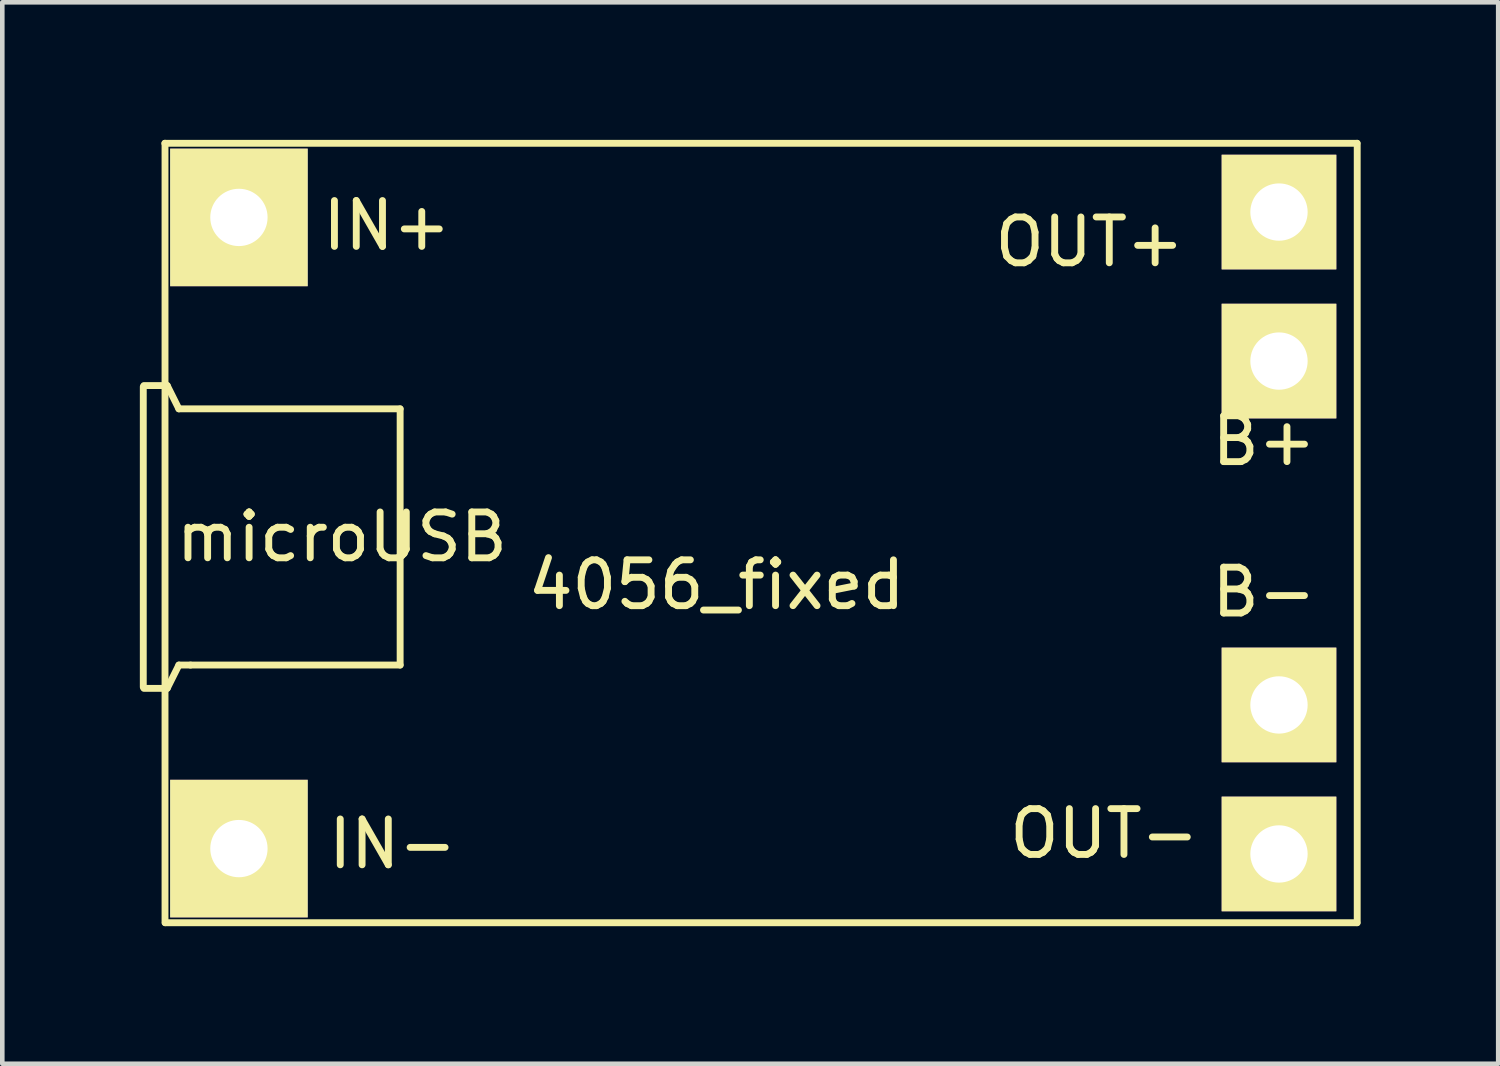
<source format=kicad_pcb>
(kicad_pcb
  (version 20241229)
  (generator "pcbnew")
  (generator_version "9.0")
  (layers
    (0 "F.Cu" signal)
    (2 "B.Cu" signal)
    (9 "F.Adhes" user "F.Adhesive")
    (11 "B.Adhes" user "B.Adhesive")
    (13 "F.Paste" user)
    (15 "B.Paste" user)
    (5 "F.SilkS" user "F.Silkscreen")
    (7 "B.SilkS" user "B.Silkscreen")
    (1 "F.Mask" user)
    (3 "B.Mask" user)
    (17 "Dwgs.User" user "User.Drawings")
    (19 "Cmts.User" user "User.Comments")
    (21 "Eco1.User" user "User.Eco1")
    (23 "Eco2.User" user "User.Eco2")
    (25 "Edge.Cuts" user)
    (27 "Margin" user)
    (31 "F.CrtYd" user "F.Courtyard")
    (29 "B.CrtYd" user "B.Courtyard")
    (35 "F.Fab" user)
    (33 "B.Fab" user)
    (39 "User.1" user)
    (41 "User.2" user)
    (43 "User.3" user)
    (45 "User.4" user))
  (footprint "4056_fixed"
    (layer "F.Cu")
    (at 13.845 8.575)
    (property "Reference" "4056_fixed" (at -1.266 1.13 0) (layer "F.SilkS") (effects (font (size 1 1) (thickness 0.15))))
    (attr through_hole)
    (fp_line (start -13.77 3.36) (end -13.77 -3.19) (stroke (width 0.15) (type solid)) (layer "F.SilkS"))
    (fp_line (start -13.756 -3.216) (end -13.248 -3.216) (stroke (width 0.15) (type solid)) (layer "F.SilkS"))
    (fp_line (start -13.756 3.388) (end -13.248 3.388) (stroke (width 0.15) (type solid)) (layer "F.SilkS"))
    (fp_line (start -13.3 -8.5) (end 12.7 -8.5) (stroke (width 0.15) (type solid)) (layer "F.SilkS"))
    (fp_line (start -13.296 8.5) (end -13.296 -8.5) (stroke (width 0.15) (type solid)) (layer "F.SilkS"))
    (fp_line (start -13.29 8.5) (end 12.7 8.5) (stroke (width 0.15) (type solid)) (layer "F.SilkS"))
    (fp_line (start -13.248 -3.216) (end -12.994 -2.708) (stroke (width 0.15) (type solid)) (layer "F.SilkS"))
    (fp_line (start -13.248 3.388) (end -12.994 2.88) (stroke (width 0.15) (type solid)) (layer "F.SilkS"))
    (fp_line (start -12.994 -2.708) (end -8.168 -2.708) (stroke (width 0.15) (type solid)) (layer "F.SilkS"))
    (fp_line (start -12.994 2.88) (end -12.74 2.88) (stroke (width 0.15) (type solid)) (layer "F.SilkS"))
    (fp_line (start -8.168 -2.708) (end -8.168 2.88) (stroke (width 0.15) (type solid)) (layer "F.SilkS"))
    (fp_line (start -8.168 2.88) (end -12.74 2.88) (stroke (width 0.15) (type solid)) (layer "F.SilkS"))
    (fp_line (start 12.706 -8.5) (end 12.706 8.5) (stroke (width 0.15) (type solid)) (layer "F.SilkS"))
    (fp_text user "B-" (at 10.674 1.29 0) (layer "F.SilkS") (effects (font (size 1 1) (thickness 0.15))))
    (fp_text user "OUT-" (at 7.19 6.556 0) (layer "F.SilkS") (effects (font (size 1 1) (thickness 0.15))))
    (fp_text user "OUT+" (at 6.87 -6.348 0) (layer "F.SilkS") (effects (font (size 1 1) (thickness 0.15))))
    (fp_text user "microUSB" (at -9.438 0.086 180) (layer "F.SilkS") (effects (font (size 1 1) (thickness 0.15))))
    (fp_text user "B+" (at 10.674 -2.012 0) (layer "F.SilkS") (effects (font (size 1 1) (thickness 0.15))))
    (fp_text user "IN+" (at -8.458 -6.706 0) (layer "F.SilkS") (effects (font (size 1 1) (thickness 0.15))))
    (fp_text user "IN-" (at -8.331 6.782 0) (layer "F.SilkS") (effects (font (size 1 1) (thickness 0.15))))
    (pad "1" thru_hole rect (at -11.684 -6.883) (size 3 3) (drill 1.25) (layers "*.Cu" "*.Mask" "F.SilkS"))
    (pad "2" thru_hole rect (at -11.684 6.883) (size 3 3) (drill 1.25) (layers "*.Cu" "*.Mask" "F.SilkS"))
    (pad "3" thru_hole rect (at 11 -3.75) (size 2.5 2.5) (drill 1.25) (layers "*.Cu" "*.Mask" "F.SilkS"))
    (pad "4" thru_hole rect (at 11 3.75) (size 2.5 2.5) (drill 1.25) (layers "*.Cu" "*.Mask" "F.SilkS"))
    (pad "5" thru_hole rect (at 11 -7) (size 2.5 2.5) (drill 1.25) (layers "*.Cu" "*.Mask" "F.SilkS"))
    (pad "6" thru_hole rect (at 11 7) (size 2.5 2.5) (drill 1.25) (layers "*.Cu" "*.Mask" "F.SilkS")))
  (gr_rect
    (start -3 -3)
    (end 29.626 20.15)
    (stroke (width 0.1) (type default))
    (fill no)
    (layer "Edge.Cuts")))
</source>
